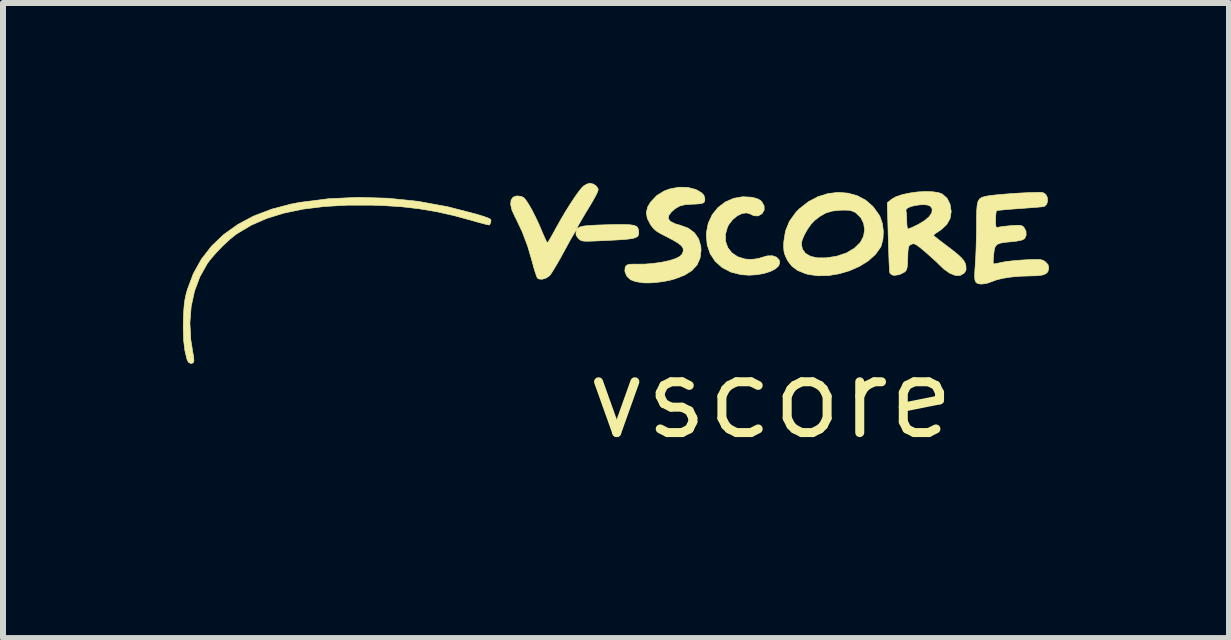
<source format=kicad_pcb>
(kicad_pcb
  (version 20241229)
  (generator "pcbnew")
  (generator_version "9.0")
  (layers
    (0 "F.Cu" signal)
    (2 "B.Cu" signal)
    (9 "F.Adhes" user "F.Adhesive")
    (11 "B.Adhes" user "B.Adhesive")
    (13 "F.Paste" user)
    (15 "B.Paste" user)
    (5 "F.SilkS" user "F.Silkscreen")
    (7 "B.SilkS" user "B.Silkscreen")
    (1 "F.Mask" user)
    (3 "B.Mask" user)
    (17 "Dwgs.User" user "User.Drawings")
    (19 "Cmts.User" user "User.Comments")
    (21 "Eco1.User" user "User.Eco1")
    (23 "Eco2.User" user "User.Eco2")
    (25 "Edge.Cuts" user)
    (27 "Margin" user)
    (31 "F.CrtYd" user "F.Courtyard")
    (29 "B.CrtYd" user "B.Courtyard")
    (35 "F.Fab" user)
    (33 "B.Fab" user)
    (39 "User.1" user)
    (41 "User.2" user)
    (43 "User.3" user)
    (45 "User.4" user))
  (footprint "vscore"
    (layer "F.Cu")
    (at 9.802 3.582)
    (property "Reference" "vscore" (at 0 0 0) (layer "F.SilkS") (effects (font (size 1.27 1.27) (thickness 0.15))))
    (attr through_hole)
    (fp_poly (pts (xy -0.325 -3.344) (xy -0.237 -3.324) (xy -0.179 -3.294) (xy -0.153 -3.27) (xy -0.113 -3.199) (xy -0.112 -3.129) (xy -0.148 -3.069) (xy -0.212 -3.032) (xy -0.283 -3.035) (xy -0.335 -3.061) (xy -0.402 -3.083) (xy -0.48 -3.073) (xy -0.561 -3.034) (xy -0.637 -2.971) (xy -0.701 -2.889) (xy -0.723 -2.847) (xy -0.758 -2.724) (xy -0.756 -2.608) (xy -0.718 -2.503) (xy -0.649 -2.416) (xy -0.553 -2.351) (xy -0.433 -2.314) (xy -0.35 -2.307) (xy -0.267 -2.313) (xy -0.188 -2.328) (xy -0.155 -2.339) (xy -0.06 -2.366) (xy 0.026 -2.368) (xy 0.094 -2.345) (xy 0.137 -2.3) (xy 0.148 -2.251) (xy 0.128 -2.197) (xy 0.073 -2.148) (xy -0.01 -2.106) (xy -0.115 -2.073) (xy -0.234 -2.052) (xy -0.36 -2.044) (xy -0.487 -2.052) (xy -0.497 -2.053) (xy -0.667 -2.096) (xy -0.811 -2.171) (xy -0.927 -2.274) (xy -1.011 -2.401) (xy -1.062 -2.55) (xy -1.076 -2.716) (xy -1.075 -2.75) (xy -1.044 -2.91) (xy -0.978 -3.052) (xy -0.882 -3.171) (xy -0.762 -3.263) (xy -0.623 -3.325) (xy -0.468 -3.352) (xy -0.325 -3.344)) (stroke (width 0.01) (type solid)) (fill yes) (layer "F.SilkS"))
    (fp_poly (pts (xy -6.38 -3.327) (xy -5.881 -3.275) (xy -5.387 -3.185) (xy -4.904 -3.06) (xy -4.788 -3.024) (xy -4.717 -2.999) (xy -4.679 -2.98) (xy -4.666 -2.96) (xy -4.669 -2.935) (xy -4.683 -2.895) (xy -4.691 -2.881) (xy -4.712 -2.883) (xy -4.767 -2.896) (xy -4.846 -2.917) (xy -4.943 -2.944) (xy -4.958 -2.949) (xy -5.277 -3.036) (xy -5.576 -3.103) (xy -5.867 -3.152) (xy -6.165 -3.186) (xy -6.483 -3.206) (xy -6.646 -3.211) (xy -7.066 -3.211) (xy -7.451 -3.189) (xy -7.801 -3.145) (xy -8.119 -3.079) (xy -8.406 -2.99) (xy -8.662 -2.878) (xy -8.889 -2.743) (xy -8.919 -2.723) (xy -9.025 -2.638) (xy -9.14 -2.531) (xy -9.252 -2.414) (xy -9.349 -2.301) (xy -9.396 -2.237) (xy -9.519 -2.019) (xy -9.609 -1.779) (xy -9.665 -1.521) (xy -9.686 -1.249) (xy -9.671 -0.968) (xy -9.639 -0.767) (xy -9.623 -0.675) (xy -9.619 -0.617) (xy -9.63 -0.585) (xy -9.656 -0.573) (xy -9.673 -0.572) (xy -9.71 -0.592) (xy -9.734 -0.64) (xy -9.769 -0.784) (xy -9.79 -0.954) (xy -9.797 -1.155) (xy -9.795 -1.309) (xy -9.789 -1.449) (xy -9.78 -1.558) (xy -9.767 -1.649) (xy -9.748 -1.734) (xy -9.728 -1.806) (xy -9.628 -2.071) (xy -9.493 -2.313) (xy -9.323 -2.531) (xy -9.121 -2.723) (xy -8.887 -2.89) (xy -8.622 -3.031) (xy -8.326 -3.144) (xy -8 -3.23) (xy -7.853 -3.258) (xy -7.372 -3.319) (xy -6.879 -3.342) (xy -6.38 -3.327)) (stroke (width 0.01) (type solid)) (fill yes) (layer "F.SilkS"))
    (fp_poly (pts (xy 1.286 -3.412) (xy 1.442 -3.368) (xy 1.583 -3.293) (xy 1.705 -3.186) (xy 1.803 -3.05) (xy 1.821 -3.016) (xy 1.859 -2.904) (xy 1.875 -2.777) (xy 1.869 -2.65) (xy 1.841 -2.538) (xy 1.827 -2.507) (xy 1.742 -2.389) (xy 1.624 -2.283) (xy 1.479 -2.193) (xy 1.315 -2.12) (xy 1.14 -2.068) (xy 0.961 -2.038) (xy 0.784 -2.034) (xy 0.619 -2.058) (xy 0.57 -2.072) (xy 0.446 -2.123) (xy 0.354 -2.19) (xy 0.284 -2.28) (xy 0.262 -2.322) (xy 0.233 -2.387) (xy 0.218 -2.445) (xy 0.213 -2.513) (xy 0.214 -2.567) (xy 0.508 -2.567) (xy 0.526 -2.476) (xy 0.579 -2.406) (xy 0.663 -2.358) (xy 0.776 -2.333) (xy 0.916 -2.333) (xy 1.079 -2.357) (xy 1.099 -2.361) (xy 1.258 -2.414) (xy 1.391 -2.492) (xy 1.493 -2.592) (xy 1.493 -2.592) (xy 1.545 -2.692) (xy 1.563 -2.8) (xy 1.547 -2.907) (xy 1.5 -3.003) (xy 1.423 -3.079) (xy 1.397 -3.095) (xy 1.349 -3.116) (xy 1.294 -3.127) (xy 1.219 -3.129) (xy 1.154 -3.127) (xy 1.023 -3.113) (xy 0.916 -3.081) (xy 0.817 -3.025) (xy 0.726 -2.954) (xy 0.669 -2.893) (xy 0.611 -2.811) (xy 0.561 -2.723) (xy 0.524 -2.639) (xy 0.508 -2.573) (xy 0.508 -2.567) (xy 0.214 -2.567) (xy 0.215 -2.598) (xy 0.243 -2.778) (xy 0.31 -2.943) (xy 0.417 -3.091) (xy 0.472 -3.148) (xy 0.624 -3.268) (xy 0.785 -3.353) (xy 0.953 -3.405) (xy 1.122 -3.425) (xy 1.286 -3.412)) (stroke (width 0.01) (type solid)) (fill yes) (layer "F.SilkS"))
    (fp_poly (pts (xy -1.386 -3.508) (xy -1.256 -3.474) (xy -1.23 -3.462) (xy -1.156 -3.418) (xy -1.116 -3.375) (xy -1.101 -3.321) (xy -1.101 -3.302) (xy -1.107 -3.268) (xy -1.132 -3.247) (xy -1.182 -3.235) (xy -1.263 -3.229) (xy -1.312 -3.228) (xy -1.43 -3.22) (xy -1.521 -3.197) (xy -1.598 -3.152) (xy -1.657 -3.1) (xy -1.703 -3.039) (xy -1.71 -2.986) (xy -1.676 -2.941) (xy -1.601 -2.903) (xy -1.513 -2.877) (xy -1.378 -2.828) (xy -1.274 -2.751) (xy -1.204 -2.649) (xy -1.168 -2.525) (xy -1.164 -2.459) (xy -1.181 -2.327) (xy -1.231 -2.215) (xy -1.317 -2.121) (xy -1.44 -2.044) (xy -1.6 -1.983) (xy -1.683 -1.96) (xy -1.783 -1.94) (xy -1.894 -1.925) (xy -2.003 -1.916) (xy -2.094 -1.915) (xy -2.138 -1.918) (xy -2.199 -1.928) (xy -2.257 -1.938) (xy -2.34 -1.969) (xy -2.401 -2.026) (xy -2.432 -2.101) (xy -2.434 -2.127) (xy -2.428 -2.178) (xy -2.406 -2.21) (xy -2.36 -2.226) (xy -2.282 -2.229) (xy -2.244 -2.228) (xy -2.098 -2.229) (xy -1.953 -2.241) (xy -1.815 -2.261) (xy -1.691 -2.288) (xy -1.589 -2.321) (xy -1.516 -2.358) (xy -1.481 -2.393) (xy -1.461 -2.444) (xy -1.462 -2.488) (xy -1.488 -2.531) (xy -1.542 -2.576) (xy -1.629 -2.628) (xy -1.741 -2.687) (xy -1.837 -2.736) (xy -1.904 -2.777) (xy -1.952 -2.818) (xy -1.991 -2.865) (xy -2.006 -2.886) (xy -2.061 -2.993) (xy -2.076 -3.092) (xy -2.051 -3.188) (xy -2.005 -3.263) (xy -1.902 -3.372) (xy -1.78 -3.447) (xy -1.686 -3.482) (xy -1.533 -3.511) (xy -1.386 -3.508)) (stroke (width 0.01) (type solid)) (fill yes) (layer "F.SilkS"))
    (fp_poly (pts (xy 2.699 -3.435) (xy 2.8 -3.419) (xy 2.857 -3.397) (xy 2.937 -3.327) (xy 2.987 -3.229) (xy 3.006 -3.108) (xy 3.006 -3.101) (xy 2.987 -2.987) (xy 2.931 -2.888) (xy 2.836 -2.801) (xy 2.806 -2.781) (xy 2.752 -2.745) (xy 2.718 -2.718) (xy 2.71 -2.709) (xy 2.727 -2.693) (xy 2.771 -2.657) (xy 2.835 -2.607) (xy 2.915 -2.547) (xy 2.921 -2.542) (xy 3.036 -2.455) (xy 3.121 -2.386) (xy 3.18 -2.33) (xy 3.218 -2.284) (xy 3.241 -2.24) (xy 3.252 -2.196) (xy 3.254 -2.134) (xy 3.231 -2.089) (xy 3.22 -2.077) (xy 3.155 -2.039) (xy 3.075 -2.04) (xy 2.984 -2.076) (xy 2.884 -2.147) (xy 2.815 -2.212) (xy 2.755 -2.271) (xy 2.675 -2.344) (xy 2.59 -2.419) (xy 2.558 -2.447) (xy 2.483 -2.509) (xy 2.431 -2.547) (xy 2.396 -2.565) (xy 2.369 -2.568) (xy 2.342 -2.559) (xy 2.341 -2.558) (xy 2.316 -2.545) (xy 2.3 -2.525) (xy 2.291 -2.491) (xy 2.285 -2.433) (xy 2.282 -2.343) (xy 2.281 -2.333) (xy 2.278 -2.238) (xy 2.272 -2.176) (xy 2.262 -2.137) (xy 2.245 -2.112) (xy 2.223 -2.093) (xy 2.145 -2.054) (xy 2.064 -2.041) (xy 2.029 -2.046) (xy 1.992 -2.069) (xy 1.983 -2.084) (xy 1.979 -2.112) (xy 1.975 -2.176) (xy 1.97 -2.271) (xy 1.966 -2.391) (xy 1.961 -2.53) (xy 1.957 -2.681) (xy 1.944 -3.136) (xy 2.252 -3.136) (xy 2.252 -3.12) (xy 2.259 -3.082) (xy 2.263 -3.017) (xy 2.265 -2.951) (xy 2.268 -2.878) (xy 2.276 -2.829) (xy 2.287 -2.815) (xy 2.315 -2.824) (xy 2.37 -2.848) (xy 2.44 -2.882) (xy 2.454 -2.888) (xy 2.562 -2.953) (xy 2.639 -3.019) (xy 2.683 -3.084) (xy 2.69 -3.145) (xy 2.663 -3.192) (xy 2.621 -3.212) (xy 2.558 -3.22) (xy 2.482 -3.217) (xy 2.403 -3.206) (xy 2.332 -3.188) (xy 2.278 -3.164) (xy 2.252 -3.136) (xy 1.944 -3.136) (xy 1.941 -3.251) (xy 2.008 -3.307) (xy 2.081 -3.35) (xy 2.186 -3.386) (xy 2.31 -3.413) (xy 2.444 -3.432) (xy 2.577 -3.439) (xy 2.699 -3.435)) (stroke (width 0.01) (type solid)) (fill yes) (layer "F.SilkS"))
    (fp_poly (pts (xy -2.958 -3.563) (xy -2.908 -3.527) (xy -2.88 -3.481) (xy -2.879 -3.469) (xy -2.889 -3.435) (xy -2.918 -3.374) (xy -2.962 -3.294) (xy -3.015 -3.203) (xy -3.024 -3.189) (xy -3.082 -3.094) (xy -3.135 -3.005) (xy -3.177 -2.932) (xy -3.204 -2.885) (xy -3.205 -2.883) (xy -3.241 -2.813) (xy -3.192 -2.843) (xy -3.161 -2.855) (xy -3.108 -2.865) (xy -3.028 -2.872) (xy -2.916 -2.879) (xy -2.768 -2.884) (xy -2.728 -2.885) (xy -2.567 -2.889) (xy -2.444 -2.889) (xy -2.353 -2.885) (xy -2.289 -2.876) (xy -2.247 -2.861) (xy -2.222 -2.839) (xy -2.21 -2.809) (xy -2.205 -2.78) (xy -2.203 -2.744) (xy -2.207 -2.715) (xy -2.222 -2.691) (xy -2.251 -2.673) (xy -2.298 -2.658) (xy -2.369 -2.647) (xy -2.466 -2.638) (xy -2.594 -2.63) (xy -2.757 -2.622) (xy -2.907 -2.615) (xy -3.013 -2.611) (xy -3.086 -2.61) (xy -3.134 -2.614) (xy -3.166 -2.623) (xy -3.19 -2.639) (xy -3.21 -2.657) (xy -3.248 -2.711) (xy -3.249 -2.752) (xy -3.24 -2.786) (xy -3.246 -2.791) (xy -3.266 -2.764) (xy -3.302 -2.704) (xy -3.356 -2.61) (xy -3.427 -2.479) (xy -3.45 -2.437) (xy -3.513 -2.322) (xy -3.573 -2.218) (xy -3.625 -2.131) (xy -3.665 -2.068) (xy -3.69 -2.035) (xy -3.75 -1.995) (xy -3.814 -1.976) (xy -3.869 -1.981) (xy -3.892 -1.996) (xy -3.907 -2.029) (xy -3.929 -2.093) (xy -3.955 -2.179) (xy -3.98 -2.273) (xy -4.054 -2.526) (xy -4.146 -2.769) (xy -4.25 -2.988) (xy -4.267 -3.02) (xy -4.317 -3.129) (xy -4.338 -3.222) (xy -4.332 -3.295) (xy -4.298 -3.344) (xy -4.238 -3.365) (xy -4.226 -3.365) (xy -4.167 -3.358) (xy -4.122 -3.339) (xy -4.086 -3.299) (xy -4.038 -3.226) (xy -3.983 -3.13) (xy -3.925 -3.016) (xy -3.867 -2.893) (xy -3.828 -2.801) (xy -3.791 -2.714) (xy -3.759 -2.643) (xy -3.736 -2.597) (xy -3.726 -2.583) (xy -3.712 -2.601) (xy -3.683 -2.649) (xy -3.642 -2.72) (xy -3.594 -2.808) (xy -3.588 -2.819) (xy -3.509 -2.96) (xy -3.428 -3.098) (xy -3.347 -3.228) (xy -3.272 -3.342) (xy -3.205 -3.436) (xy -3.151 -3.503) (xy -3.123 -3.53) (xy -3.07 -3.562) (xy -3.021 -3.577) (xy -3.018 -3.577) (xy -2.958 -3.563)) (stroke (width 0.01) (type solid)) (fill yes) (layer "F.SilkS"))
    (fp_poly (pts (xy 4.522 -3.423) (xy 4.536 -3.421) (xy 4.582 -3.392) (xy 4.608 -3.342) (xy 4.614 -3.283) (xy 4.599 -3.229) (xy 4.562 -3.193) (xy 4.545 -3.188) (xy 4.509 -3.183) (xy 4.438 -3.177) (xy 4.342 -3.169) (xy 4.228 -3.161) (xy 4.139 -3.154) (xy 4.02 -3.146) (xy 3.915 -3.137) (xy 3.833 -3.129) (xy 3.78 -3.123) (xy 3.763 -3.119) (xy 3.755 -3.095) (xy 3.749 -3.039) (xy 3.747 -2.97) (xy 3.747 -2.896) (xy 3.752 -2.856) (xy 3.764 -2.841) (xy 3.786 -2.842) (xy 3.794 -2.844) (xy 3.838 -2.852) (xy 3.909 -2.861) (xy 3.995 -2.869) (xy 4.011 -2.871) (xy 4.097 -2.876) (xy 4.152 -2.876) (xy 4.186 -2.867) (xy 4.211 -2.85) (xy 4.22 -2.84) (xy 4.253 -2.778) (xy 4.256 -2.71) (xy 4.229 -2.653) (xy 4.227 -2.651) (xy 4.182 -2.629) (xy 4.097 -2.612) (xy 4.018 -2.603) (xy 3.903 -2.592) (xy 3.824 -2.578) (xy 3.772 -2.557) (xy 3.742 -2.524) (xy 3.725 -2.473) (xy 3.716 -2.401) (xy 3.715 -2.392) (xy 3.708 -2.317) (xy 3.706 -2.261) (xy 3.707 -2.234) (xy 3.707 -2.233) (xy 3.73 -2.234) (xy 3.782 -2.243) (xy 3.842 -2.257) (xy 3.914 -2.27) (xy 4.014 -2.282) (xy 4.13 -2.293) (xy 4.244 -2.3) (xy 4.357 -2.305) (xy 4.436 -2.306) (xy 4.49 -2.304) (xy 4.526 -2.296) (xy 4.554 -2.283) (xy 4.578 -2.265) (xy 4.621 -2.22) (xy 4.632 -2.169) (xy 4.631 -2.152) (xy 4.618 -2.102) (xy 4.584 -2.068) (xy 4.526 -2.046) (xy 4.436 -2.035) (xy 4.325 -2.032) (xy 4.163 -2.027) (xy 4.009 -2.014) (xy 3.872 -1.993) (xy 3.761 -1.966) (xy 3.715 -1.949) (xy 3.604 -1.909) (xy 3.517 -1.896) (xy 3.478 -1.899) (xy 3.441 -1.909) (xy 3.417 -1.929) (xy 3.402 -1.964) (xy 3.397 -2.021) (xy 3.4 -2.108) (xy 3.408 -2.224) (xy 3.415 -2.338) (xy 3.421 -2.48) (xy 3.425 -2.636) (xy 3.428 -2.79) (xy 3.429 -2.871) (xy 3.429 -3.022) (xy 3.433 -3.136) (xy 3.44 -3.219) (xy 3.455 -3.277) (xy 3.479 -3.315) (xy 3.513 -3.339) (xy 3.561 -3.354) (xy 3.614 -3.365) (xy 3.682 -3.375) (xy 3.778 -3.385) (xy 3.893 -3.395) (xy 4.018 -3.405) (xy 4.147 -3.413) (xy 4.269 -3.419) (xy 4.379 -3.423) (xy 4.466 -3.425) (xy 4.522 -3.423)) (stroke (width 0.01) (type solid)) (fill yes) (layer "F.SilkS")))
  (gr_rect
    (start -3 -3)
    (end 17.44 7.588)
    (stroke (width 0.1) (type default))
    (fill no)
    (layer "Edge.Cuts")))
</source>
